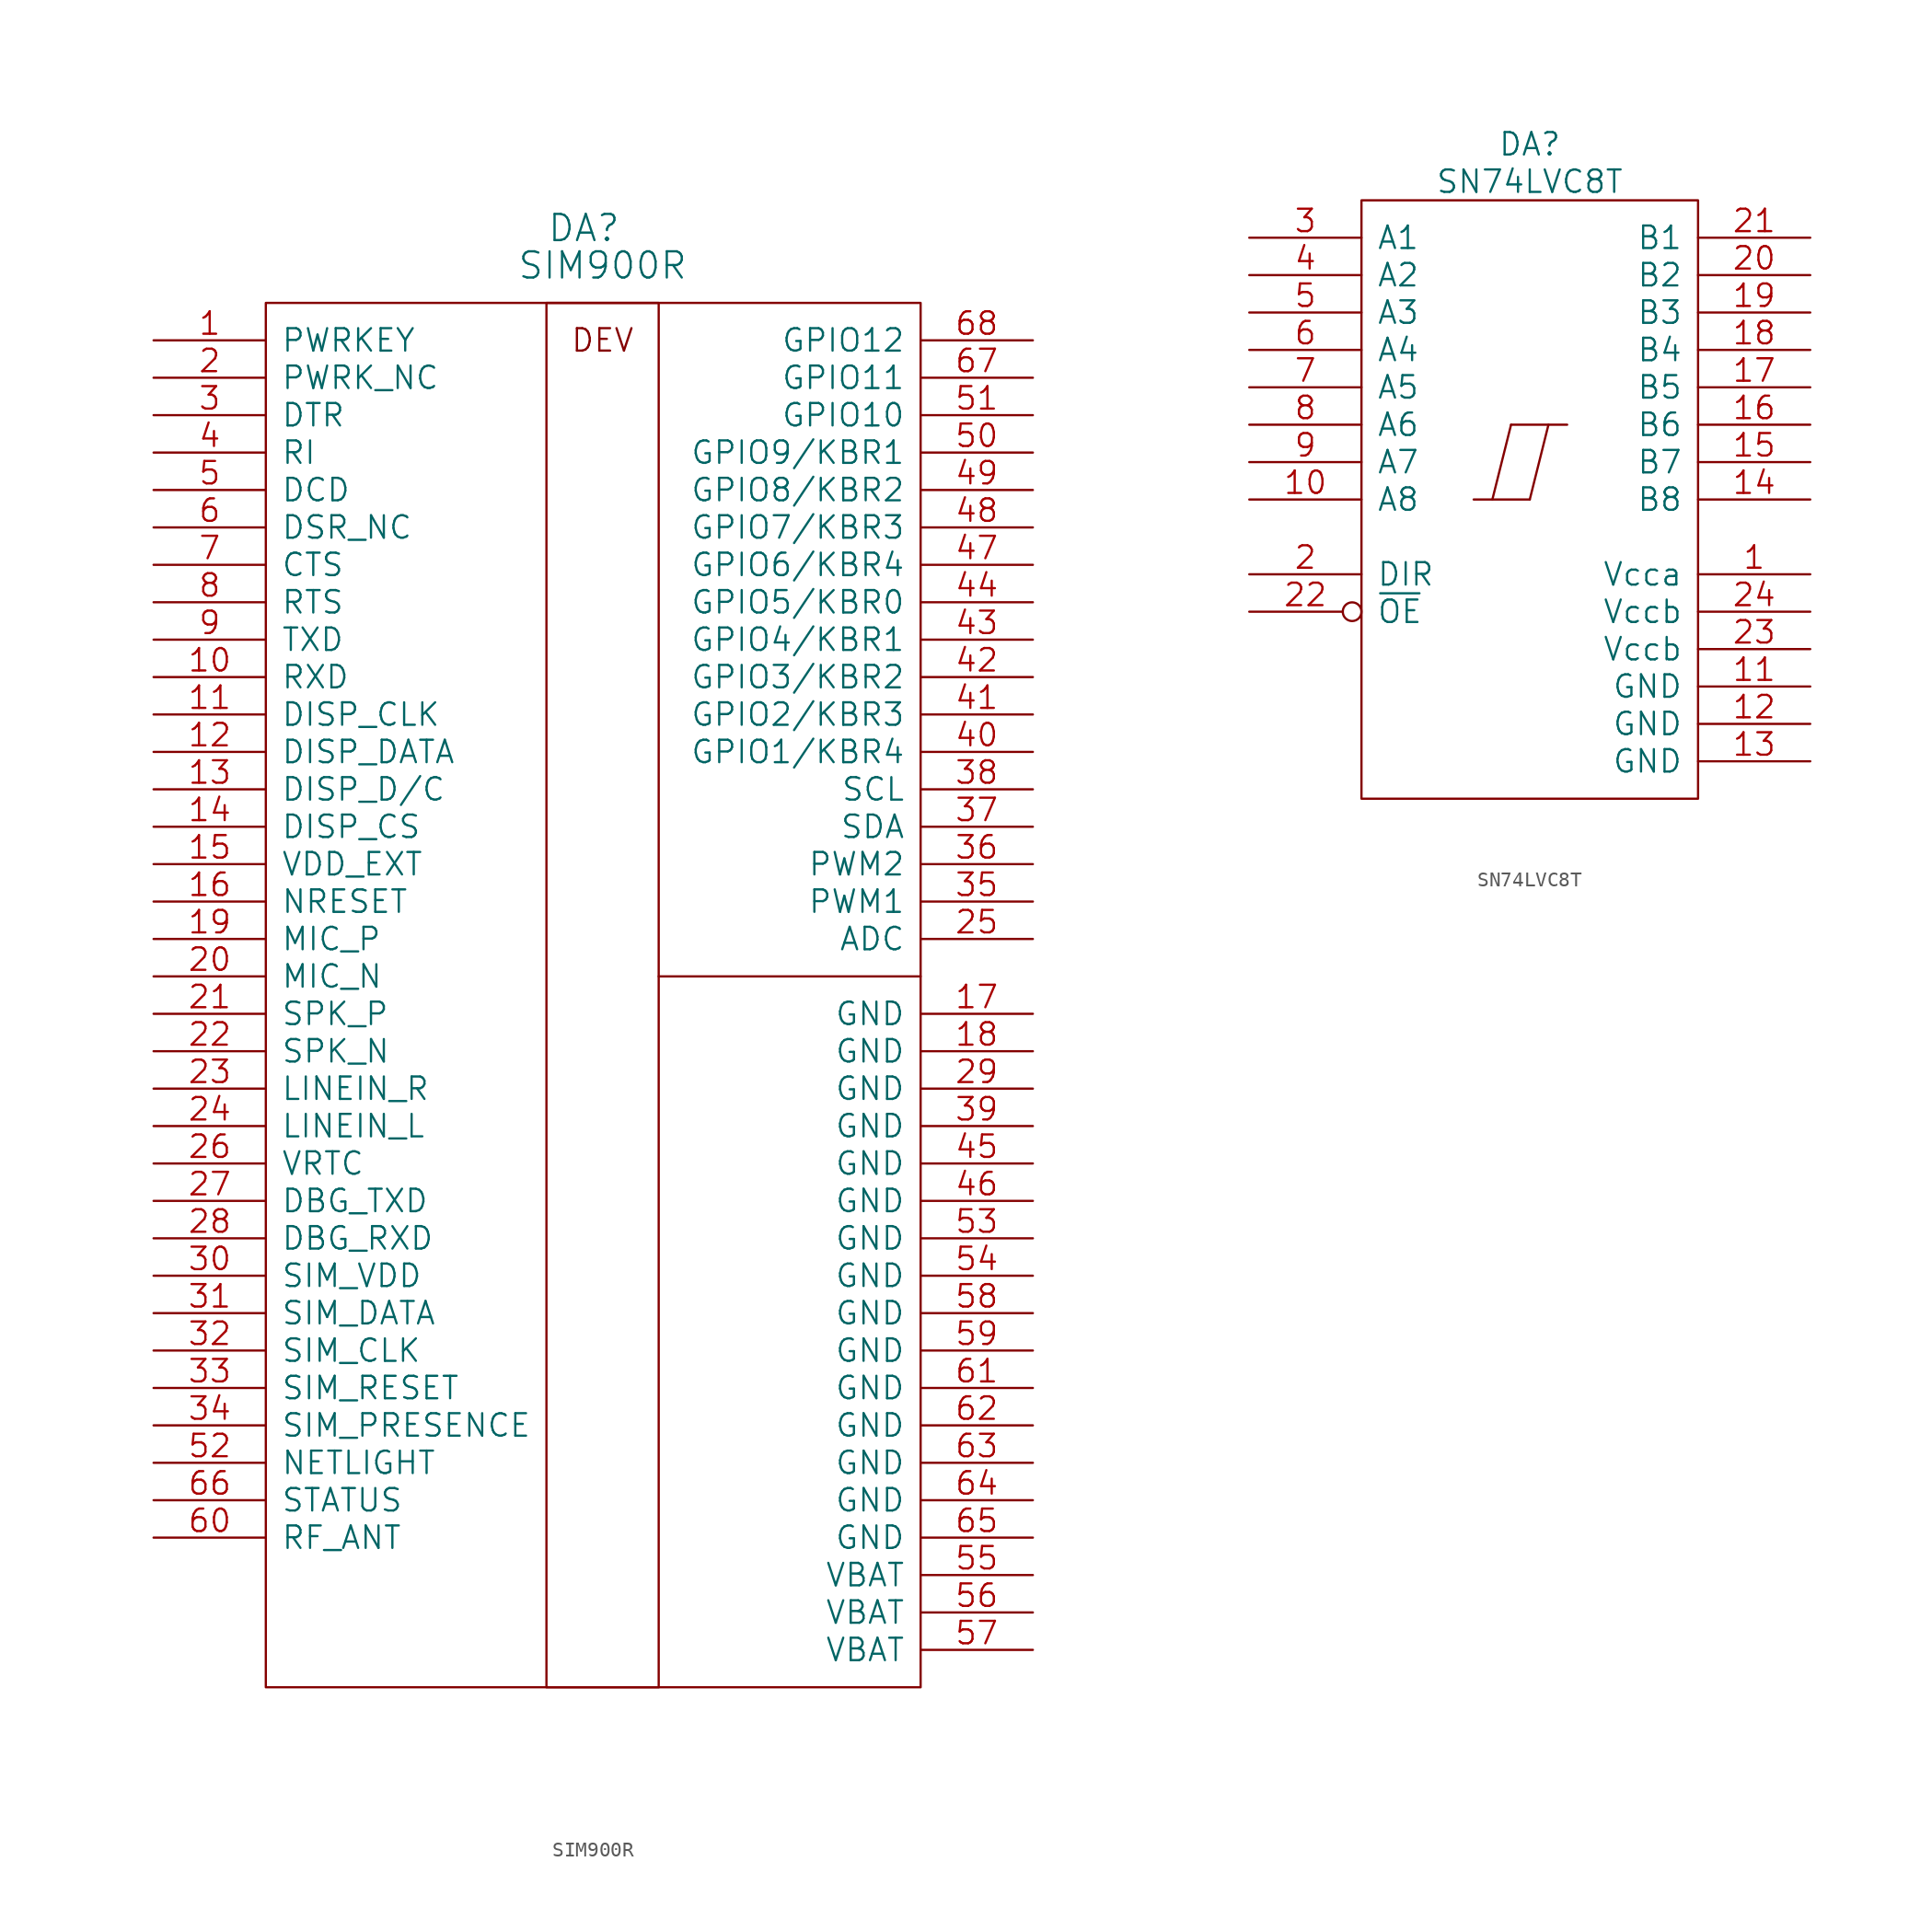
<source format=kicad_sym>
(kicad_symbol_lib
  (version 20211014)
  (generator kicad_symbol_editor)
  (symbol "SIM900R"
    (pin_names
      (offset 1.016))
    (property "Reference" "DA"
      (at 21.59 7.62 0)
      (effects (font (size 1.778 1.778))))
    (property "Value" "SIM900R"
      (at 22.86 5.08 0)
      (effects (font (size 1.778 1.778))))
    (property "Footprint" ""
      (at -6.35 0 0)
      (effects (font (size 1.524 1.524))))
    (property "Datasheet" ""
      (at -6.35 0 0)
      (effects (font (size 1.524 1.524))))
    (symbol "SIM900R_0_0"
      (text "DEV" (at 22.86 0 0) (effects (font (size 1.524 1.524)))))
    (symbol "SIM900R_0_1"
      (polyline (pts (xy 44.45 -43.18) (xy 26.67 -43.18)) (stroke (width 0) (type default) (color 0 0 0 0)) (fill (type none)))
      (rectangle (start 0 2.54) (end 44.45 -91.44) (stroke (width 0) (type default) (color 0 0 0 0)) (fill (type none)))
      (rectangle (start 19.05 -91.44) (end 26.67 2.54) (stroke (width 0) (type default) (color 0 0 0 0)) (fill (type none))))
    (symbol "SIM900R_1_1"
      (pin tri_state line (at -7.62 0 0) (length 7.62) (name "PWRKEY" (effects (font (size 1.524 1.524)))) (number "1" (effects (font (size 1.524 1.524)))))
      (pin tri_state line (at -7.62 -22.86 0) (length 7.62) (name "RXD" (effects (font (size 1.524 1.524)))) (number "10" (effects (font (size 1.524 1.524)))))
      (pin tri_state line (at -7.62 -25.4 0) (length 7.62) (name "DISP_CLK" (effects (font (size 1.524 1.524)))) (number "11" (effects (font (size 1.524 1.524)))))
      (pin tri_state line (at -7.62 -27.94 0) (length 7.62) (name "DISP_DATA" (effects (font (size 1.524 1.524)))) (number "12" (effects (font (size 1.524 1.524)))))
      (pin tri_state line (at -7.62 -30.48 0) (length 7.62) (name "DISP_D/C" (effects (font (size 1.524 1.524)))) (number "13" (effects (font (size 1.524 1.524)))))
      (pin tri_state line (at -7.62 -33.02 0) (length 7.62) (name "DISP_CS" (effects (font (size 1.524 1.524)))) (number "14" (effects (font (size 1.524 1.524)))))
      (pin tri_state line (at -7.62 -35.56 0) (length 7.62) (name "VDD_EXT" (effects (font (size 1.524 1.524)))) (number "15" (effects (font (size 1.524 1.524)))))
      (pin tri_state line (at -7.62 -38.1 0) (length 7.62) (name "NRESET" (effects (font (size 1.524 1.524)))) (number "16" (effects (font (size 1.524 1.524)))))
      (pin tri_state line (at 52.07 -45.72 180) (length 7.62) (name "GND" (effects (font (size 1.524 1.524)))) (number "17" (effects (font (size 1.524 1.524)))))
      (pin tri_state line (at 52.07 -48.26 180) (length 7.62) (name "GND" (effects (font (size 1.524 1.524)))) (number "18" (effects (font (size 1.524 1.524)))))
      (pin tri_state line (at -7.62 -40.64 0) (length 7.62) (name "MIC_P" (effects (font (size 1.524 1.524)))) (number "19" (effects (font (size 1.524 1.524)))))
      (pin tri_state line (at -7.62 -2.54 0) (length 7.62) (name "PWRK_NC" (effects (font (size 1.524 1.524)))) (number "2" (effects (font (size 1.524 1.524)))))
      (pin tri_state line (at -7.62 -43.18 0) (length 7.62) (name "MIC_N" (effects (font (size 1.524 1.524)))) (number "20" (effects (font (size 1.524 1.524)))))
      (pin tri_state line (at -7.62 -45.72 0) (length 7.62) (name "SPK_P" (effects (font (size 1.524 1.524)))) (number "21" (effects (font (size 1.524 1.524)))))
      (pin tri_state line (at -7.62 -48.26 0) (length 7.62) (name "SPK_N" (effects (font (size 1.524 1.524)))) (number "22" (effects (font (size 1.524 1.524)))))
      (pin tri_state line (at -7.62 -50.8 0) (length 7.62) (name "LINEIN_R" (effects (font (size 1.524 1.524)))) (number "23" (effects (font (size 1.524 1.524)))))
      (pin tri_state line (at -7.62 -53.34 0) (length 7.62) (name "LINEIN_L" (effects (font (size 1.524 1.524)))) (number "24" (effects (font (size 1.524 1.524)))))
      (pin tri_state line (at 52.07 -40.64 180) (length 7.62) (name "ADC" (effects (font (size 1.524 1.524)))) (number "25" (effects (font (size 1.524 1.524)))))
      (pin tri_state line (at -7.62 -55.88 0) (length 7.62) (name "VRTC" (effects (font (size 1.524 1.524)))) (number "26" (effects (font (size 1.524 1.524)))))
      (pin tri_state line (at -7.62 -58.42 0) (length 7.62) (name "DBG_TXD" (effects (font (size 1.524 1.524)))) (number "27" (effects (font (size 1.524 1.524)))))
      (pin tri_state line (at -7.62 -60.96 0) (length 7.62) (name "DBG_RXD" (effects (font (size 1.524 1.524)))) (number "28" (effects (font (size 1.524 1.524)))))
      (pin tri_state line (at 52.07 -50.8 180) (length 7.62) (name "GND" (effects (font (size 1.524 1.524)))) (number "29" (effects (font (size 1.524 1.524)))))
      (pin tri_state line (at -7.62 -5.08 0) (length 7.62) (name "DTR" (effects (font (size 1.524 1.524)))) (number "3" (effects (font (size 1.524 1.524)))))
      (pin tri_state line (at -7.62 -63.5 0) (length 7.62) (name "SIM_VDD" (effects (font (size 1.524 1.524)))) (number "30" (effects (font (size 1.524 1.524)))))
      (pin tri_state line (at -7.62 -66.04 0) (length 7.62) (name "SIM_DATA" (effects (font (size 1.524 1.524)))) (number "31" (effects (font (size 1.524 1.524)))))
      (pin tri_state line (at -7.62 -68.58 0) (length 7.62) (name "SIM_CLK" (effects (font (size 1.524 1.524)))) (number "32" (effects (font (size 1.524 1.524)))))
      (pin tri_state line (at -7.62 -71.12 0) (length 7.62) (name "SIM_RESET" (effects (font (size 1.524 1.524)))) (number "33" (effects (font (size 1.524 1.524)))))
      (pin tri_state line (at -7.62 -73.66 0) (length 7.62) (name "SIM_PRESENCE" (effects (font (size 1.524 1.524)))) (number "34" (effects (font (size 1.524 1.524)))))
      (pin tri_state line (at 52.07 -38.1 180) (length 7.62) (name "PWM1" (effects (font (size 1.524 1.524)))) (number "35" (effects (font (size 1.524 1.524)))))
      (pin tri_state line (at 52.07 -35.56 180) (length 7.62) (name "PWM2" (effects (font (size 1.524 1.524)))) (number "36" (effects (font (size 1.524 1.524)))))
      (pin tri_state line (at 52.07 -33.02 180) (length 7.62) (name "SDA" (effects (font (size 1.524 1.524)))) (number "37" (effects (font (size 1.524 1.524)))))
      (pin tri_state line (at 52.07 -30.48 180) (length 7.62) (name "SCL" (effects (font (size 1.524 1.524)))) (number "38" (effects (font (size 1.524 1.524)))))
      (pin tri_state line (at 52.07 -53.34 180) (length 7.62) (name "GND" (effects (font (size 1.524 1.524)))) (number "39" (effects (font (size 1.524 1.524)))))
      (pin tri_state line (at -7.62 -7.62 0) (length 7.62) (name "RI" (effects (font (size 1.524 1.524)))) (number "4" (effects (font (size 1.524 1.524)))))
      (pin tri_state line (at 52.07 -27.94 180) (length 7.62) (name "GPIO1/KBR4" (effects (font (size 1.524 1.524)))) (number "40" (effects (font (size 1.524 1.524)))))
      (pin tri_state line (at 52.07 -25.4 180) (length 7.62) (name "GPIO2/KBR3" (effects (font (size 1.524 1.524)))) (number "41" (effects (font (size 1.524 1.524)))))
      (pin tri_state line (at 52.07 -22.86 180) (length 7.62) (name "GPIO3/KBR2" (effects (font (size 1.524 1.524)))) (number "42" (effects (font (size 1.524 1.524)))))
      (pin tri_state line (at 52.07 -20.32 180) (length 7.62) (name "GPIO4/KBR1" (effects (font (size 1.524 1.524)))) (number "43" (effects (font (size 1.524 1.524)))))
      (pin tri_state line (at 52.07 -17.78 180) (length 7.62) (name "GPIO5/KBR0" (effects (font (size 1.524 1.524)))) (number "44" (effects (font (size 1.524 1.524)))))
      (pin tri_state line (at 52.07 -55.88 180) (length 7.62) (name "GND" (effects (font (size 1.524 1.524)))) (number "45" (effects (font (size 1.524 1.524)))))
      (pin tri_state line (at 52.07 -58.42 180) (length 7.62) (name "GND" (effects (font (size 1.524 1.524)))) (number "46" (effects (font (size 1.524 1.524)))))
      (pin tri_state line (at 52.07 -15.24 180) (length 7.62) (name "GPIO6/KBR4" (effects (font (size 1.524 1.524)))) (number "47" (effects (font (size 1.524 1.524)))))
      (pin tri_state line (at 52.07 -12.7 180) (length 7.62) (name "GPIO7/KBR3" (effects (font (size 1.524 1.524)))) (number "48" (effects (font (size 1.524 1.524)))))
      (pin tri_state line (at 52.07 -10.16 180) (length 7.62) (name "GPIO8/KBR2" (effects (font (size 1.524 1.524)))) (number "49" (effects (font (size 1.524 1.524)))))
      (pin tri_state line (at -7.62 -10.16 0) (length 7.62) (name "DCD" (effects (font (size 1.524 1.524)))) (number "5" (effects (font (size 1.524 1.524)))))
      (pin tri_state line (at 52.07 -7.62 180) (length 7.62) (name "GPIO9/KBR1" (effects (font (size 1.524 1.524)))) (number "50" (effects (font (size 1.524 1.524)))))
      (pin tri_state line (at 52.07 -5.08 180) (length 7.62) (name "GPIO10" (effects (font (size 1.524 1.524)))) (number "51" (effects (font (size 1.524 1.524)))))
      (pin tri_state line (at -7.62 -76.2 0) (length 7.62) (name "NETLIGHT" (effects (font (size 1.524 1.524)))) (number "52" (effects (font (size 1.524 1.524)))))
      (pin tri_state line (at 52.07 -60.96 180) (length 7.62) (name "GND" (effects (font (size 1.524 1.524)))) (number "53" (effects (font (size 1.524 1.524)))))
      (pin tri_state line (at 52.07 -63.5 180) (length 7.62) (name "GND" (effects (font (size 1.524 1.524)))) (number "54" (effects (font (size 1.524 1.524)))))
      (pin tri_state line (at 52.07 -83.82 180) (length 7.62) (name "VBAT" (effects (font (size 1.524 1.524)))) (number "55" (effects (font (size 1.524 1.524)))))
      (pin tri_state line (at 52.07 -86.36 180) (length 7.62) (name "VBAT" (effects (font (size 1.524 1.524)))) (number "56" (effects (font (size 1.524 1.524)))))
      (pin tri_state line (at 52.07 -88.9 180) (length 7.62) (name "VBAT" (effects (font (size 1.524 1.524)))) (number "57" (effects (font (size 1.524 1.524)))))
      (pin tri_state line (at 52.07 -66.04 180) (length 7.62) (name "GND" (effects (font (size 1.524 1.524)))) (number "58" (effects (font (size 1.524 1.524)))))
      (pin tri_state line (at 52.07 -68.58 180) (length 7.62) (name "GND" (effects (font (size 1.524 1.524)))) (number "59" (effects (font (size 1.524 1.524)))))
      (pin tri_state line (at -7.62 -12.7 0) (length 7.62) (name "DSR_NC" (effects (font (size 1.524 1.524)))) (number "6" (effects (font (size 1.524 1.524)))))
      (pin tri_state line (at -7.62 -81.28 0) (length 7.62) (name "RF_ANT" (effects (font (size 1.524 1.524)))) (number "60" (effects (font (size 1.524 1.524)))))
      (pin tri_state line (at 52.07 -71.12 180) (length 7.62) (name "GND" (effects (font (size 1.524 1.524)))) (number "61" (effects (font (size 1.524 1.524)))))
      (pin tri_state line (at 52.07 -73.66 180) (length 7.62) (name "GND" (effects (font (size 1.524 1.524)))) (number "62" (effects (font (size 1.524 1.524)))))
      (pin tri_state line (at 52.07 -76.2 180) (length 7.62) (name "GND" (effects (font (size 1.524 1.524)))) (number "63" (effects (font (size 1.524 1.524)))))
      (pin tri_state line (at 52.07 -78.74 180) (length 7.62) (name "GND" (effects (font (size 1.524 1.524)))) (number "64" (effects (font (size 1.524 1.524)))))
      (pin tri_state line (at 52.07 -81.28 180) (length 7.62) (name "GND" (effects (font (size 1.524 1.524)))) (number "65" (effects (font (size 1.524 1.524)))))
      (pin tri_state line (at -7.62 -78.74 0) (length 7.62) (name "STATUS" (effects (font (size 1.524 1.524)))) (number "66" (effects (font (size 1.524 1.524)))))
      (pin tri_state line (at 52.07 -2.54 180) (length 7.62) (name "GPIO11" (effects (font (size 1.524 1.524)))) (number "67" (effects (font (size 1.524 1.524)))))
      (pin tri_state line (at 52.07 0 180) (length 7.62) (name "GPIO12" (effects (font (size 1.524 1.524)))) (number "68" (effects (font (size 1.524 1.524)))))
      (pin tri_state line (at -7.62 -15.24 0) (length 7.62) (name "CTS" (effects (font (size 1.524 1.524)))) (number "7" (effects (font (size 1.524 1.524)))))
      (pin tri_state line (at -7.62 -17.78 0) (length 7.62) (name "RTS" (effects (font (size 1.524 1.524)))) (number "8" (effects (font (size 1.524 1.524)))))
      (pin tri_state line (at -7.62 -20.32 0) (length 7.62) (name "TXD" (effects (font (size 1.524 1.524)))) (number "9" (effects (font (size 1.524 1.524)))))))
  (symbol "SN74LVC8T"
    (pin_names
      (offset 1.016))
    (property "Reference" "DA"
      (at 11.43 3.81 0)
      (effects (font (size 1.524 1.524))))
    (property "Value" "SN74LVC8T"
      (at 11.43 1.27 0)
      (effects (font (size 1.524 1.524))))
    (property "Footprint" ""
      (at 0 0 0)
      (effects (font (size 1.524 1.524))))
    (property "Datasheet" ""
      (at 0 0 0)
      (effects (font (size 1.524 1.524))))
    (symbol "SN74LVC8T_0_0"
      (pin input line (at 30.48 -25.4 180) (length 7.62) (name "Vcca" (effects (font (size 1.524 1.524)))) (number "1" (effects (font (size 1.524 1.524)))))
      (pin input line (at -7.62 -20.32 0) (length 7.62) (name "A8" (effects (font (size 1.524 1.524)))) (number "10" (effects (font (size 1.524 1.524)))))
      (pin input line (at 30.48 -33.02 180) (length 7.62) (name "GND" (effects (font (size 1.524 1.524)))) (number "11" (effects (font (size 1.524 1.524)))))
      (pin input line (at 30.48 -35.56 180) (length 7.62) (name "GND" (effects (font (size 1.524 1.524)))) (number "12" (effects (font (size 1.524 1.524)))))
      (pin input line (at 30.48 -38.1 180) (length 7.62) (name "GND" (effects (font (size 1.524 1.524)))) (number "13" (effects (font (size 1.524 1.524)))))
      (pin power_out line (at 30.48 -20.32 180) (length 7.62) (name "B8" (effects (font (size 1.524 1.524)))) (number "14" (effects (font (size 1.524 1.524)))))
      (pin input line (at 30.48 -17.78 180) (length 7.62) (name "B7" (effects (font (size 1.524 1.524)))) (number "15" (effects (font (size 1.524 1.524)))))
      (pin input line (at 30.48 -15.24 180) (length 7.62) (name "B6" (effects (font (size 1.524 1.524)))) (number "16" (effects (font (size 1.524 1.524)))))
      (pin input line (at 30.48 -12.7 180) (length 7.62) (name "B5" (effects (font (size 1.524 1.524)))) (number "17" (effects (font (size 1.524 1.524)))))
      (pin power_out line (at 30.48 -10.16 180) (length 7.62) (name "B4" (effects (font (size 1.524 1.524)))) (number "18" (effects (font (size 1.524 1.524)))))
      (pin input line (at 30.48 -7.62 180) (length 7.62) (name "B3" (effects (font (size 1.524 1.524)))) (number "19" (effects (font (size 1.524 1.524)))))
      (pin input line (at -7.62 -25.4 0) (length 7.62) (name "DIR" (effects (font (size 1.524 1.524)))) (number "2" (effects (font (size 1.524 1.524)))))
      (pin input line (at 30.48 -5.08 180) (length 7.62) (name "B2" (effects (font (size 1.524 1.524)))) (number "20" (effects (font (size 1.524 1.524)))))
      (pin input line (at 30.48 -2.54 180) (length 7.62) (name "B1" (effects (font (size 1.524 1.524)))) (number "21" (effects (font (size 1.524 1.524)))))
      (pin power_out inverted (at -7.62 -27.94 0) (length 7.62) (name "~{OE}" (effects (font (size 1.524 1.524)))) (number "22" (effects (font (size 1.524 1.524)))))
      (pin input line (at 30.48 -30.48 180) (length 7.62) (name "Vccb" (effects (font (size 1.524 1.524)))) (number "23" (effects (font (size 1.524 1.524)))))
      (pin input line (at 30.48 -27.94 180) (length 7.62) (name "Vccb" (effects (font (size 1.524 1.524)))) (number "24" (effects (font (size 1.524 1.524)))))
      (pin input line (at -7.62 -2.54 0) (length 7.62) (name "A1" (effects (font (size 1.524 1.524)))) (number "3" (effects (font (size 1.524 1.524)))))
      (pin input line (at -7.62 -5.08 0) (length 7.62) (name "A2" (effects (font (size 1.524 1.524)))) (number "4" (effects (font (size 1.524 1.524)))))
      (pin input line (at -7.62 -7.62 0) (length 7.62) (name "A3" (effects (font (size 1.524 1.524)))) (number "5" (effects (font (size 1.524 1.524)))))
      (pin input line (at -7.62 -10.16 0) (length 7.62) (name "A4" (effects (font (size 1.524 1.524)))) (number "6" (effects (font (size 1.524 1.524)))))
      (pin input line (at -7.62 -12.7 0) (length 7.62) (name "A5" (effects (font (size 1.524 1.524)))) (number "7" (effects (font (size 1.524 1.524)))))
      (pin input line (at -7.62 -15.24 0) (length 7.62) (name "A6" (effects (font (size 1.524 1.524)))) (number "8" (effects (font (size 1.524 1.524)))))
      (pin input line (at -7.62 -17.78 0) (length 7.62) (name "A7" (effects (font (size 1.524 1.524)))) (number "9" (effects (font (size 1.524 1.524))))))
    (symbol "SN74LVC8T_0_1"
      (polyline (pts (xy 10.16 -15.24) (xy 13.97 -15.24)) (stroke (width 0) (type default) (color 0 0 0 0)) (fill (type none)))
      (polyline (pts (xy 11.43 -20.32) (xy 7.62 -20.32)) (stroke (width 0) (type default) (color 0 0 0 0)) (fill (type none)))
      (polyline (pts (xy 11.43 -20.32) (xy 12.7 -15.24)) (stroke (width 0) (type default) (color 0 0 0 0)) (fill (type none)))
      (polyline (pts (xy 8.89 -20.32) (xy 10.16 -15.24) (xy 10.16 -15.24)) (stroke (width 0) (type default) (color 0 0 0 0)) (fill (type none)))
      (rectangle (start 0 0) (end 22.86 -40.64) (stroke (width 0) (type default) (color 0 0 0 0)) (fill (type none))))))
</source>
